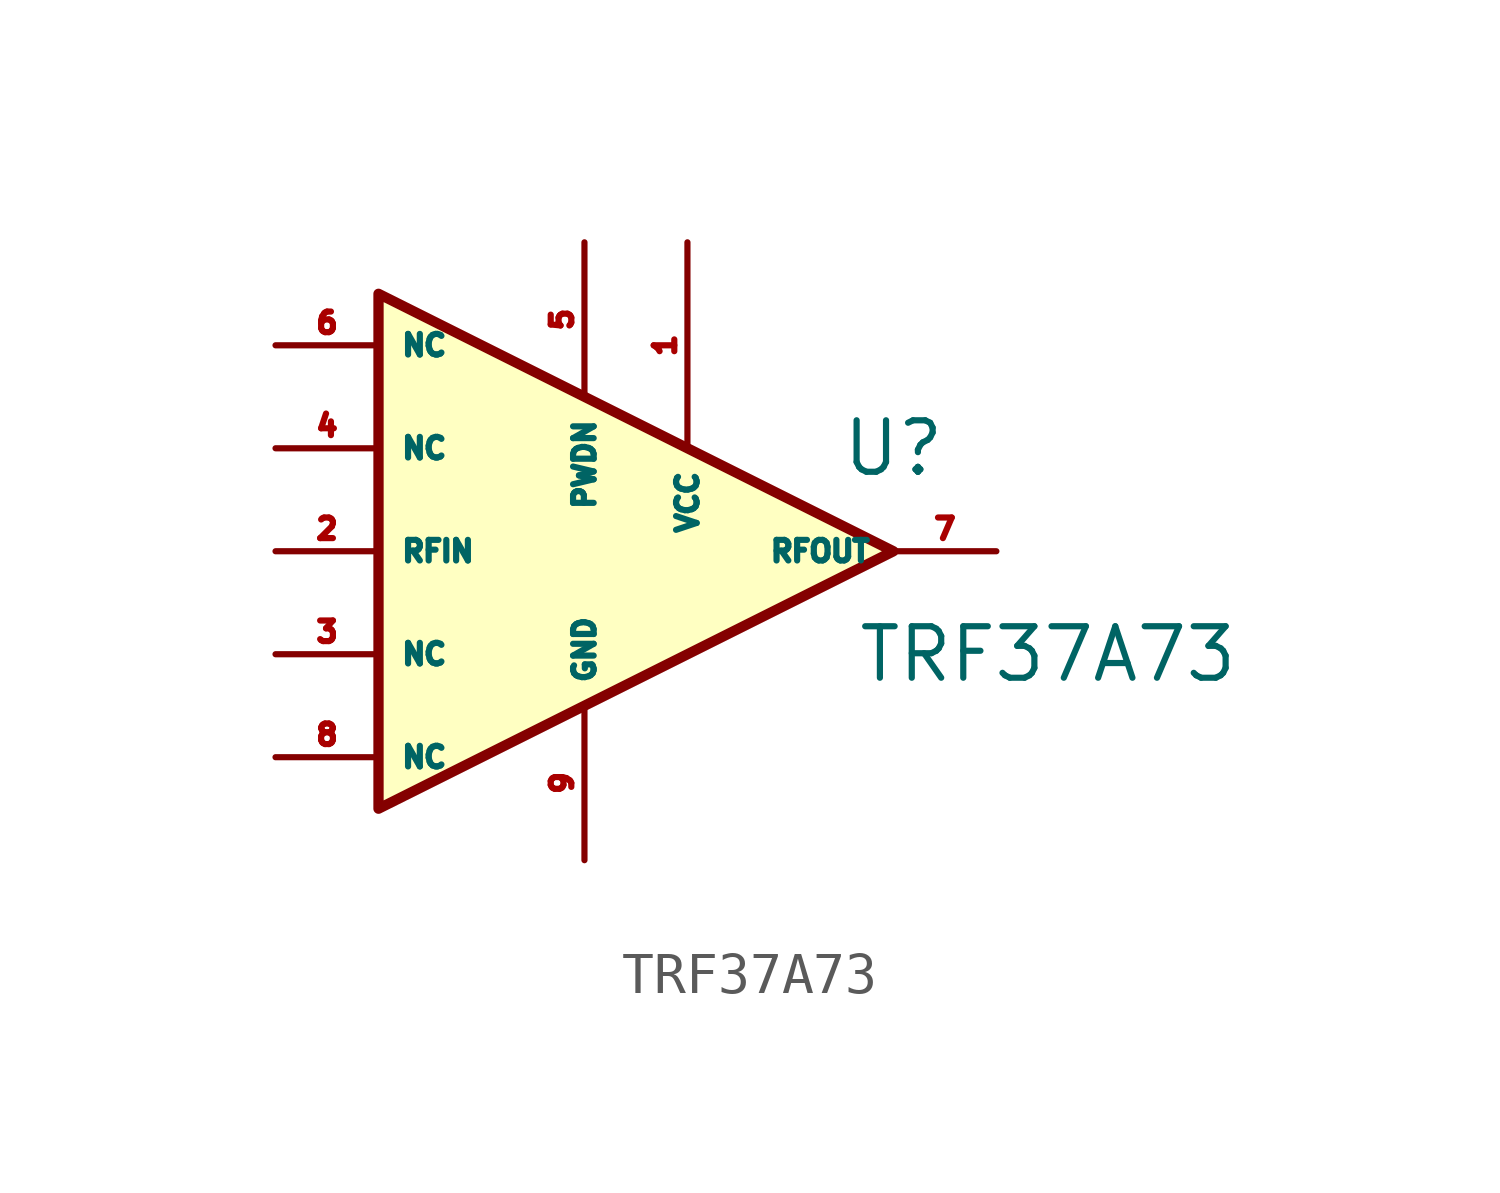
<source format=kicad_sym>
(kicad_symbol_lib
  (version 20241209)
  (generator "kicad_symbol_editor")
  (generator_version "9.0")
  (symbol "TRF37A73"
    (property "Reference" "U"
      (at 7.62 2.54 0)
      (effects (font (size 1.27 1.27))))
    (property "Value" "TRF37A73"
      (at 11.43 -2.54 0)
      (effects (font (size 1.27 1.27))))
    (symbol "TRF37A73_1_1"
      (polyline (pts (xy -5.08 6.35) (xy -5.08 0) (xy -5.08 -6.35) (xy 7.62 0) (xy -5.08 6.35)) (stroke (width 0.254) (type default)) (fill (type background)))
      (pin passive line (at -7.62 5.08 0) (length 2.54) (name "NC" (effects (font (size 0.508 0.508)))) (number "6" (effects (font (size 0.508 0.508)))))
      (pin passive line (at -7.62 2.54 0) (length 2.54) (name "NC" (effects (font (size 0.508 0.508)))) (number "4" (effects (font (size 0.508 0.508)))))
      (pin input line (at -7.62 0 0) (length 2.54) (name "RFIN" (effects (font (size 0.508 0.508)))) (number "2" (effects (font (size 0.508 0.508)))))
      (pin passive line (at -7.62 -2.54 0) (length 2.54) (name "NC" (effects (font (size 0.508 0.508)))) (number "3" (effects (font (size 0.508 0.508)))))
      (pin passive line (at -7.62 -5.08 0) (length 2.54) (name "NC" (effects (font (size 0.508 0.508)))) (number "8" (effects (font (size 0.508 0.508)))))
      (pin passive line (at 0 7.62 270) (length 3.81) (name "PWDN" (effects (font (size 0.508 0.508)))) (number "5" (effects (font (size 0.508 0.508)))))
      (pin power_in line (at 0 -7.62 90) (length 3.81) (name "GND" (effects (font (size 0.508 0.508)))) (number "9" (effects (font (size 0.508 0.508)))))
      (pin power_in line (at 2.54 7.62 270) (length 5.08) (name "VCC" (effects (font (size 0.508 0.508)))) (number "1" (effects (font (size 0.508 0.508)))))
      (pin output line (at 10.16 0 180) (length 2.54) (name "RFOUT" (effects (font (size 0.508 0.508)))) (number "7" (effects (font (size 0.508 0.508))))))))
</source>
